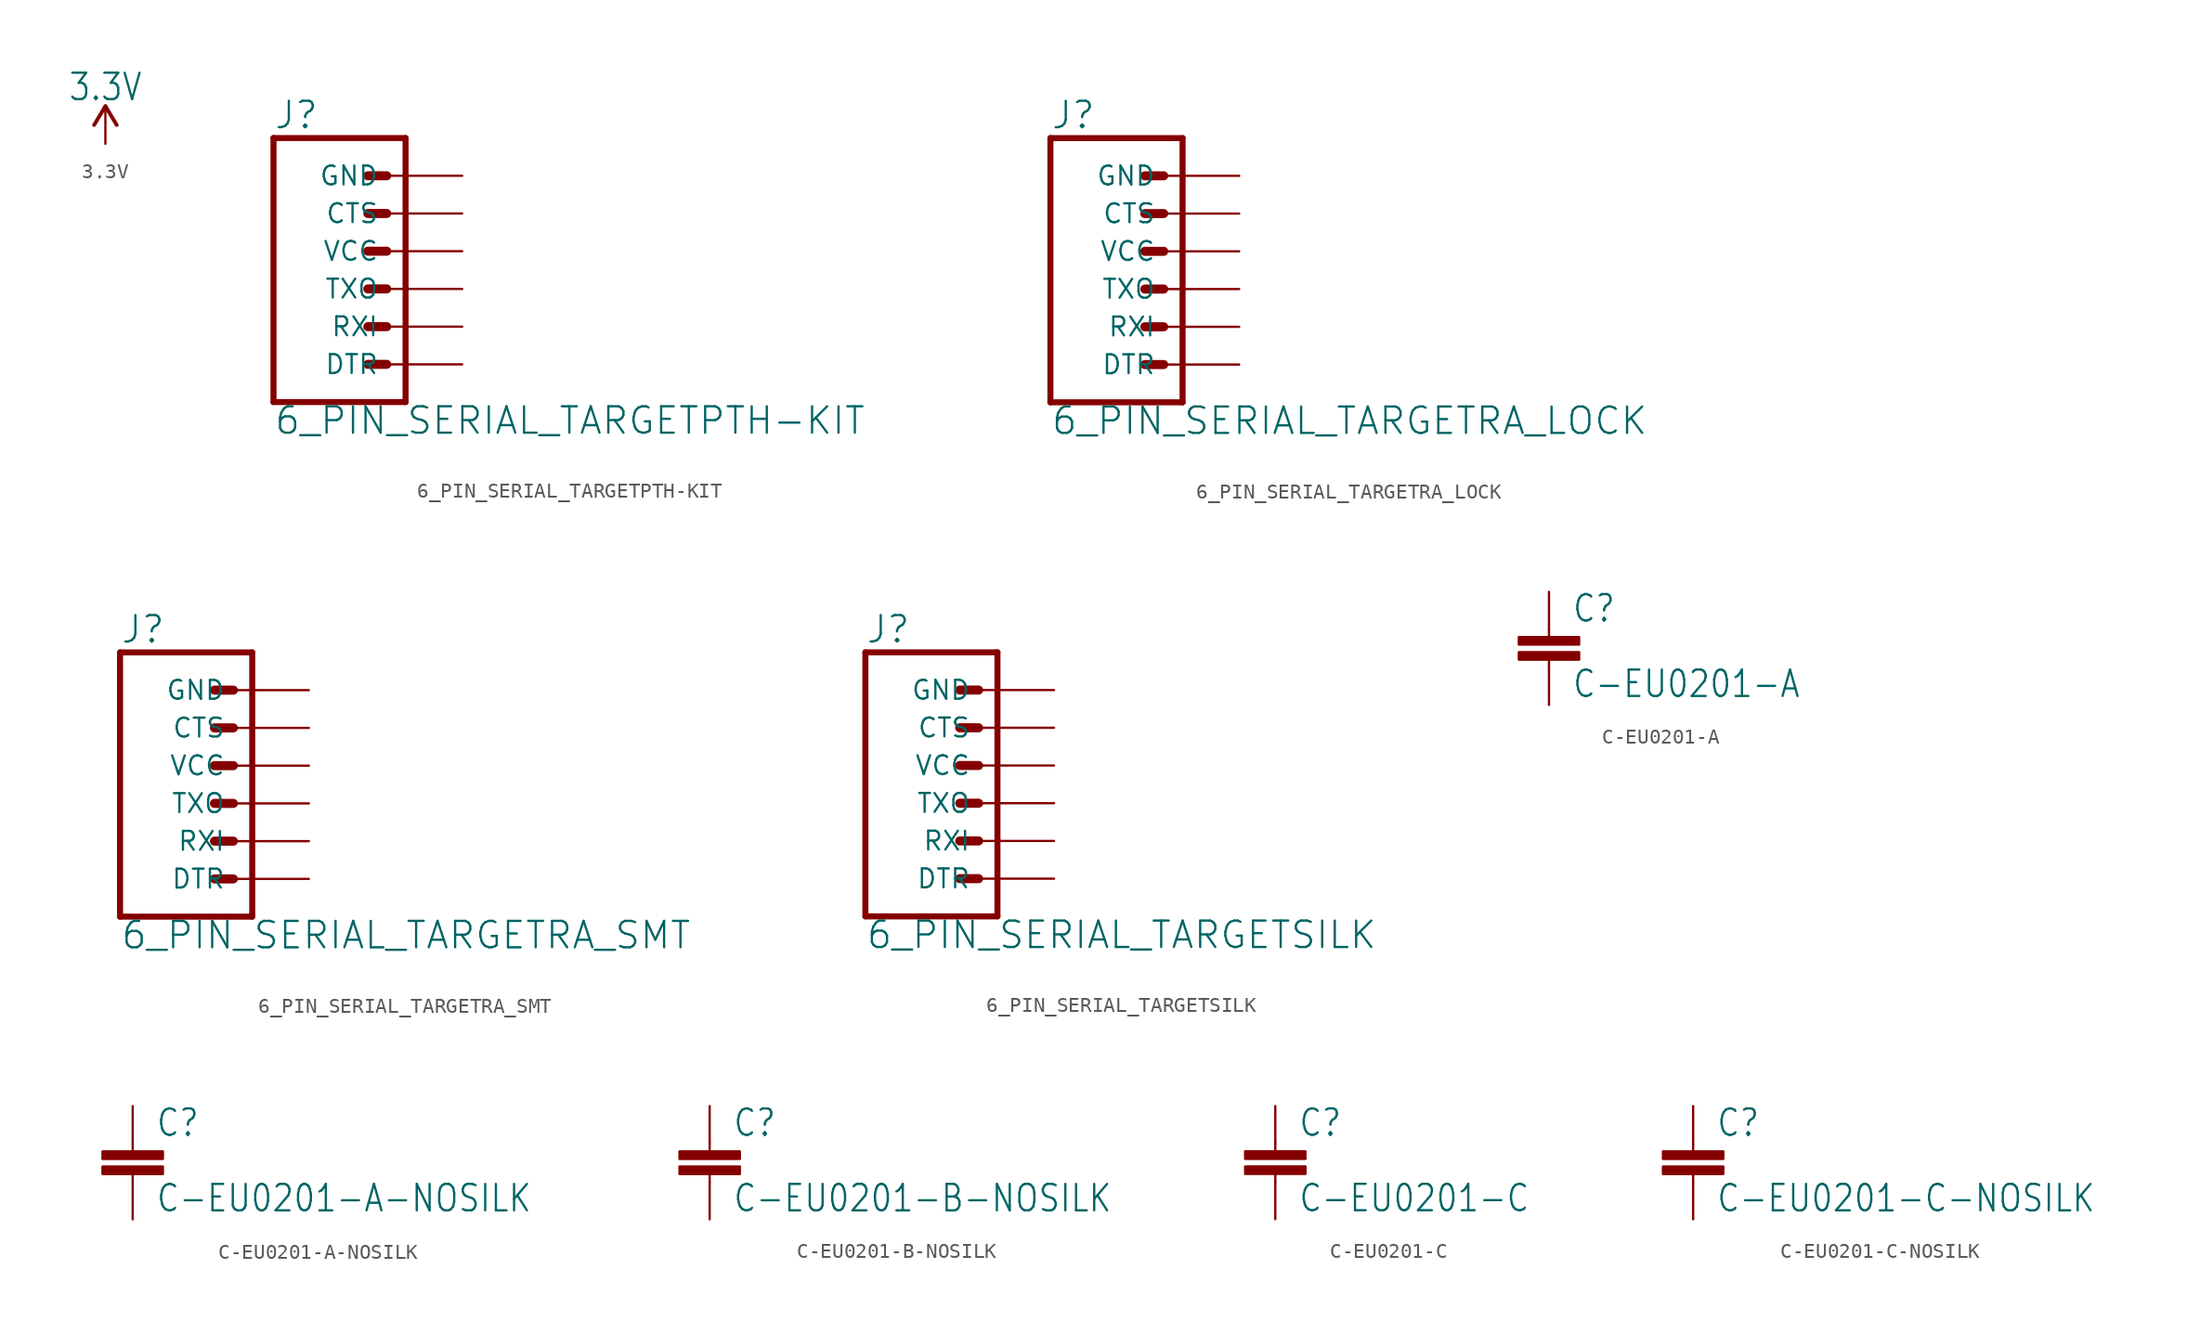
<source format=kicad_sym>
(kicad_symbol_lib
  (version 20211014)
  (generator kicad_symbol_editor)
  (symbol "3.3V"
    (power)
    (property "Reference" "#SUPPLY"
      (at 0 0 0)
      (effects (font (size 1.27 1.27)) hide))
    (property "Value" "3.3V"
      (at 0 2.794 0)
      (effects (font (size 1.778 1.511)) (justify bottom)))
    (property "ki_locked" ""
      (at 0 0 0)
      (effects (font (size 1.27 1.27))))
    (symbol "3.3V_1_0"
      (polyline (pts (xy 0 2.54) (xy -0.762 1.27)) (stroke (width 0.254) (type default)) (fill (type none)))
      (polyline (pts (xy 0.762 1.27) (xy 0 2.54)) (stroke (width 0.254) (type default)) (fill (type none)))
      (pin power_in line (at 0 0 90) (length 2.54) (name "3.3V" (effects (font (size 0 0)))) (number "1" (effects (font (size 0 0)))))))
  (symbol "6_PIN_SERIAL_TARGETPTH-KIT"
    (property "Reference" "J"
      (at -7.62 10.668 0)
      (effects (font (size 1.778 1.778)) (justify left bottom)))
    (property "Value" "6_PIN_SERIAL_TARGETPTH-KIT"
      (at -7.62 -9.906 0)
      (effects (font (size 1.778 1.778)) (justify left bottom)))
    (property "ki_locked" ""
      (at 0 0 0)
      (effects (font (size 1.27 1.27))))
    (symbol "6_PIN_SERIAL_TARGETPTH-KIT_1_0"
      (polyline (pts (xy -7.62 10.16) (xy -7.62 -7.62)) (stroke (width 0.406) (type default)) (fill (type none)))
      (polyline (pts (xy -7.62 10.16) (xy 1.27 10.16)) (stroke (width 0.406) (type default)) (fill (type none)))
      (polyline (pts (xy -1.27 -5.08) (xy 0 -5.08)) (stroke (width 0.61) (type default)) (fill (type none)))
      (polyline (pts (xy -1.27 -2.54) (xy 0 -2.54)) (stroke (width 0.61) (type default)) (fill (type none)))
      (polyline (pts (xy -1.27 0) (xy 0 0)) (stroke (width 0.61) (type default)) (fill (type none)))
      (polyline (pts (xy -1.27 2.54) (xy 0 2.54)) (stroke (width 0.61) (type default)) (fill (type none)))
      (polyline (pts (xy -1.27 5.08) (xy 0 5.08)) (stroke (width 0.61) (type default)) (fill (type none)))
      (polyline (pts (xy -1.27 7.62) (xy 0 7.62)) (stroke (width 0.61) (type default)) (fill (type none)))
      (polyline (pts (xy 1.27 -7.62) (xy -7.62 -7.62)) (stroke (width 0.406) (type default)) (fill (type none)))
      (polyline (pts (xy 1.27 -7.62) (xy 1.27 10.16)) (stroke (width 0.406) (type default)) (fill (type none)))
      (pin passive line (at 5.08 -5.08 180) (length 5.08) (name "DTR" (effects (font (size 1.27 1.27)))) (number "1" (effects (font (size 0 0)))))
      (pin passive line (at 5.08 -2.54 180) (length 5.08) (name "RXI" (effects (font (size 1.27 1.27)))) (number "2" (effects (font (size 0 0)))))
      (pin passive line (at 5.08 0 180) (length 5.08) (name "TXO" (effects (font (size 1.27 1.27)))) (number "3" (effects (font (size 0 0)))))
      (pin passive line (at 5.08 2.54 180) (length 5.08) (name "VCC" (effects (font (size 1.27 1.27)))) (number "4" (effects (font (size 0 0)))))
      (pin passive line (at 5.08 5.08 180) (length 5.08) (name "CTS" (effects (font (size 1.27 1.27)))) (number "5" (effects (font (size 0 0)))))
      (pin passive line (at 5.08 7.62 180) (length 5.08) (name "GND" (effects (font (size 1.27 1.27)))) (number "6" (effects (font (size 0 0)))))))
  (symbol "6_PIN_SERIAL_TARGETRA_LOCK"
    (property "Reference" "J"
      (at -7.62 10.668 0)
      (effects (font (size 1.778 1.778)) (justify left bottom)))
    (property "Value" "6_PIN_SERIAL_TARGETRA_LOCK"
      (at -7.62 -9.906 0)
      (effects (font (size 1.778 1.778)) (justify left bottom)))
    (property "ki_locked" ""
      (at 0 0 0)
      (effects (font (size 1.27 1.27))))
    (symbol "6_PIN_SERIAL_TARGETRA_LOCK_1_0"
      (polyline (pts (xy -7.62 10.16) (xy -7.62 -7.62)) (stroke (width 0.406) (type default)) (fill (type none)))
      (polyline (pts (xy -7.62 10.16) (xy 1.27 10.16)) (stroke (width 0.406) (type default)) (fill (type none)))
      (polyline (pts (xy -1.27 -5.08) (xy 0 -5.08)) (stroke (width 0.61) (type default)) (fill (type none)))
      (polyline (pts (xy -1.27 -2.54) (xy 0 -2.54)) (stroke (width 0.61) (type default)) (fill (type none)))
      (polyline (pts (xy -1.27 0) (xy 0 0)) (stroke (width 0.61) (type default)) (fill (type none)))
      (polyline (pts (xy -1.27 2.54) (xy 0 2.54)) (stroke (width 0.61) (type default)) (fill (type none)))
      (polyline (pts (xy -1.27 5.08) (xy 0 5.08)) (stroke (width 0.61) (type default)) (fill (type none)))
      (polyline (pts (xy -1.27 7.62) (xy 0 7.62)) (stroke (width 0.61) (type default)) (fill (type none)))
      (polyline (pts (xy 1.27 -7.62) (xy -7.62 -7.62)) (stroke (width 0.406) (type default)) (fill (type none)))
      (polyline (pts (xy 1.27 -7.62) (xy 1.27 10.16)) (stroke (width 0.406) (type default)) (fill (type none)))
      (pin passive line (at 5.08 7.62 180) (length 5.08) (name "GND" (effects (font (size 1.27 1.27)))) (number "1" (effects (font (size 0 0)))))
      (pin passive line (at 5.08 5.08 180) (length 5.08) (name "CTS" (effects (font (size 1.27 1.27)))) (number "2" (effects (font (size 0 0)))))
      (pin passive line (at 5.08 2.54 180) (length 5.08) (name "VCC" (effects (font (size 1.27 1.27)))) (number "3" (effects (font (size 0 0)))))
      (pin passive line (at 5.08 0 180) (length 5.08) (name "TXO" (effects (font (size 1.27 1.27)))) (number "4" (effects (font (size 0 0)))))
      (pin passive line (at 5.08 -2.54 180) (length 5.08) (name "RXI" (effects (font (size 1.27 1.27)))) (number "5" (effects (font (size 0 0)))))
      (pin passive line (at 5.08 -5.08 180) (length 5.08) (name "DTR" (effects (font (size 1.27 1.27)))) (number "6" (effects (font (size 0 0)))))))
  (symbol "6_PIN_SERIAL_TARGETRA_SMT"
    (property "Reference" "J"
      (at -7.62 10.668 0)
      (effects (font (size 1.778 1.778)) (justify left bottom)))
    (property "Value" "6_PIN_SERIAL_TARGETRA_SMT"
      (at -7.62 -9.906 0)
      (effects (font (size 1.778 1.778)) (justify left bottom)))
    (property "ki_locked" ""
      (at 0 0 0)
      (effects (font (size 1.27 1.27))))
    (symbol "6_PIN_SERIAL_TARGETRA_SMT_1_0"
      (polyline (pts (xy -7.62 10.16) (xy -7.62 -7.62)) (stroke (width 0.406) (type default)) (fill (type none)))
      (polyline (pts (xy -7.62 10.16) (xy 1.27 10.16)) (stroke (width 0.406) (type default)) (fill (type none)))
      (polyline (pts (xy -1.27 -5.08) (xy 0 -5.08)) (stroke (width 0.61) (type default)) (fill (type none)))
      (polyline (pts (xy -1.27 -2.54) (xy 0 -2.54)) (stroke (width 0.61) (type default)) (fill (type none)))
      (polyline (pts (xy -1.27 0) (xy 0 0)) (stroke (width 0.61) (type default)) (fill (type none)))
      (polyline (pts (xy -1.27 2.54) (xy 0 2.54)) (stroke (width 0.61) (type default)) (fill (type none)))
      (polyline (pts (xy -1.27 5.08) (xy 0 5.08)) (stroke (width 0.61) (type default)) (fill (type none)))
      (polyline (pts (xy -1.27 7.62) (xy 0 7.62)) (stroke (width 0.61) (type default)) (fill (type none)))
      (polyline (pts (xy 1.27 -7.62) (xy -7.62 -7.62)) (stroke (width 0.406) (type default)) (fill (type none)))
      (polyline (pts (xy 1.27 -7.62) (xy 1.27 10.16)) (stroke (width 0.406) (type default)) (fill (type none)))
      (pin passive line (at 5.08 -5.08 180) (length 5.08) (name "DTR" (effects (font (size 1.27 1.27)))) (number "1" (effects (font (size 0 0)))))
      (pin passive line (at 5.08 0 180) (length 5.08) (name "TXO" (effects (font (size 1.27 1.27)))) (number "2" (effects (font (size 0 0)))))
      (pin passive line (at 5.08 -2.54 180) (length 5.08) (name "RXI" (effects (font (size 1.27 1.27)))) (number "3" (effects (font (size 0 0)))))
      (pin passive line (at 5.08 2.54 180) (length 5.08) (name "VCC" (effects (font (size 1.27 1.27)))) (number "4" (effects (font (size 0 0)))))
      (pin passive line (at 5.08 5.08 180) (length 5.08) (name "CTS" (effects (font (size 1.27 1.27)))) (number "5" (effects (font (size 0 0)))))
      (pin passive line (at 5.08 7.62 180) (length 5.08) (name "GND" (effects (font (size 1.27 1.27)))) (number "6" (effects (font (size 0 0)))))))
  (symbol "6_PIN_SERIAL_TARGETSILK"
    (property "Reference" "J"
      (at -7.62 10.668 0)
      (effects (font (size 1.778 1.778)) (justify left bottom)))
    (property "Value" "6_PIN_SERIAL_TARGETSILK"
      (at -7.62 -9.906 0)
      (effects (font (size 1.778 1.778)) (justify left bottom)))
    (property "ki_locked" ""
      (at 0 0 0)
      (effects (font (size 1.27 1.27))))
    (symbol "6_PIN_SERIAL_TARGETSILK_1_0"
      (polyline (pts (xy -7.62 10.16) (xy -7.62 -7.62)) (stroke (width 0.406) (type default)) (fill (type none)))
      (polyline (pts (xy -7.62 10.16) (xy 1.27 10.16)) (stroke (width 0.406) (type default)) (fill (type none)))
      (polyline (pts (xy -1.27 -5.08) (xy 0 -5.08)) (stroke (width 0.61) (type default)) (fill (type none)))
      (polyline (pts (xy -1.27 -2.54) (xy 0 -2.54)) (stroke (width 0.61) (type default)) (fill (type none)))
      (polyline (pts (xy -1.27 0) (xy 0 0)) (stroke (width 0.61) (type default)) (fill (type none)))
      (polyline (pts (xy -1.27 2.54) (xy 0 2.54)) (stroke (width 0.61) (type default)) (fill (type none)))
      (polyline (pts (xy -1.27 5.08) (xy 0 5.08)) (stroke (width 0.61) (type default)) (fill (type none)))
      (polyline (pts (xy -1.27 7.62) (xy 0 7.62)) (stroke (width 0.61) (type default)) (fill (type none)))
      (polyline (pts (xy 1.27 -7.62) (xy -7.62 -7.62)) (stroke (width 0.406) (type default)) (fill (type none)))
      (polyline (pts (xy 1.27 -7.62) (xy 1.27 10.16)) (stroke (width 0.406) (type default)) (fill (type none)))
      (pin passive line (at 5.08 -5.08 180) (length 5.08) (name "DTR" (effects (font (size 1.27 1.27)))) (number "P$1" (effects (font (size 0 0)))))
      (pin passive line (at 5.08 0 180) (length 5.08) (name "TXO" (effects (font (size 1.27 1.27)))) (number "P$2" (effects (font (size 0 0)))))
      (pin passive line (at 5.08 -2.54 180) (length 5.08) (name "RXI" (effects (font (size 1.27 1.27)))) (number "P$3" (effects (font (size 0 0)))))
      (pin passive line (at 5.08 2.54 180) (length 5.08) (name "VCC" (effects (font (size 1.27 1.27)))) (number "P$4" (effects (font (size 0 0)))))
      (pin passive line (at 5.08 5.08 180) (length 5.08) (name "CTS" (effects (font (size 1.27 1.27)))) (number "P$5" (effects (font (size 0 0)))))
      (pin passive line (at 5.08 7.62 180) (length 5.08) (name "GND" (effects (font (size 1.27 1.27)))) (number "P$6" (effects (font (size 0 0)))))))
  (symbol "C-EU0201-A"
    (property "Reference" "C"
      (at 1.524 0.381 0)
      (effects (font (size 1.778 1.511)) (justify left bottom)))
    (property "Value" "C-EU0201-A"
      (at 1.524 -4.699 0)
      (effects (font (size 1.778 1.511)) (justify left bottom)))
    (property "ki_locked" ""
      (at 0 0 0)
      (effects (font (size 1.27 1.27))))
    (symbol "C-EU0201-A_1_0"
      (rectangle (start -2.032 -2.032) (end 2.032 -1.524) (stroke (width 0) (type default)) (fill (type outline)))
      (rectangle (start -2.032 -1.016) (end 2.032 -0.508) (stroke (width 0) (type default)) (fill (type outline)))
      (polyline (pts (xy 0 -2.54) (xy 0 -2.032)) (stroke (width 0.152) (type default)) (fill (type none)))
      (polyline (pts (xy 0 0) (xy 0 -0.508)) (stroke (width 0.152) (type default)) (fill (type none)))
      (pin passive line (at 0 2.54 270) (length 2.54) (name "1" (effects (font (size 0 0)))) (number "1" (effects (font (size 0 0)))))
      (pin passive line (at 0 -5.08 90) (length 2.54) (name "2" (effects (font (size 0 0)))) (number "2" (effects (font (size 0 0)))))))
  (symbol "C-EU0201-A-NOSILK"
    (property "Reference" "C"
      (at 1.524 0.381 0)
      (effects (font (size 1.778 1.511)) (justify left bottom)))
    (property "Value" "C-EU0201-A-NOSILK"
      (at 1.524 -4.699 0)
      (effects (font (size 1.778 1.511)) (justify left bottom)))
    (property "ki_locked" ""
      (at 0 0 0)
      (effects (font (size 1.27 1.27))))
    (symbol "C-EU0201-A-NOSILK_1_0"
      (rectangle (start -2.032 -2.032) (end 2.032 -1.524) (stroke (width 0) (type default)) (fill (type outline)))
      (rectangle (start -2.032 -1.016) (end 2.032 -0.508) (stroke (width 0) (type default)) (fill (type outline)))
      (polyline (pts (xy 0 -2.54) (xy 0 -2.032)) (stroke (width 0.152) (type default)) (fill (type none)))
      (polyline (pts (xy 0 0) (xy 0 -0.508)) (stroke (width 0.152) (type default)) (fill (type none)))
      (pin passive line (at 0 2.54 270) (length 2.54) (name "1" (effects (font (size 0 0)))) (number "1" (effects (font (size 0 0)))))
      (pin passive line (at 0 -5.08 90) (length 2.54) (name "2" (effects (font (size 0 0)))) (number "2" (effects (font (size 0 0)))))))
  (symbol "C-EU0201-B-NOSILK"
    (property "Reference" "C"
      (at 1.524 0.381 0)
      (effects (font (size 1.778 1.511)) (justify left bottom)))
    (property "Value" "C-EU0201-B-NOSILK"
      (at 1.524 -4.699 0)
      (effects (font (size 1.778 1.511)) (justify left bottom)))
    (property "ki_locked" ""
      (at 0 0 0)
      (effects (font (size 1.27 1.27))))
    (symbol "C-EU0201-B-NOSILK_1_0"
      (rectangle (start -2.032 -2.032) (end 2.032 -1.524) (stroke (width 0) (type default)) (fill (type outline)))
      (rectangle (start -2.032 -1.016) (end 2.032 -0.508) (stroke (width 0) (type default)) (fill (type outline)))
      (polyline (pts (xy 0 -2.54) (xy 0 -2.032)) (stroke (width 0.152) (type default)) (fill (type none)))
      (polyline (pts (xy 0 0) (xy 0 -0.508)) (stroke (width 0.152) (type default)) (fill (type none)))
      (pin passive line (at 0 2.54 270) (length 2.54) (name "1" (effects (font (size 0 0)))) (number "1" (effects (font (size 0 0)))))
      (pin passive line (at 0 -5.08 90) (length 2.54) (name "2" (effects (font (size 0 0)))) (number "2" (effects (font (size 0 0)))))))
  (symbol "C-EU0201-C"
    (property "Reference" "C"
      (at 1.524 0.381 0)
      (effects (font (size 1.778 1.511)) (justify left bottom)))
    (property "Value" "C-EU0201-C"
      (at 1.524 -4.699 0)
      (effects (font (size 1.778 1.511)) (justify left bottom)))
    (property "ki_locked" ""
      (at 0 0 0)
      (effects (font (size 1.27 1.27))))
    (symbol "C-EU0201-C_1_0"
      (rectangle (start -2.032 -2.032) (end 2.032 -1.524) (stroke (width 0) (type default)) (fill (type outline)))
      (rectangle (start -2.032 -1.016) (end 2.032 -0.508) (stroke (width 0) (type default)) (fill (type outline)))
      (polyline (pts (xy 0 -2.54) (xy 0 -2.032)) (stroke (width 0.152) (type default)) (fill (type none)))
      (polyline (pts (xy 0 0) (xy 0 -0.508)) (stroke (width 0.152) (type default)) (fill (type none)))
      (pin passive line (at 0 2.54 270) (length 2.54) (name "1" (effects (font (size 0 0)))) (number "1" (effects (font (size 0 0)))))
      (pin passive line (at 0 -5.08 90) (length 2.54) (name "2" (effects (font (size 0 0)))) (number "2" (effects (font (size 0 0)))))))
  (symbol "C-EU0201-C-NOSILK"
    (property "Reference" "C"
      (at 1.524 0.381 0)
      (effects (font (size 1.778 1.511)) (justify left bottom)))
    (property "Value" "C-EU0201-C-NOSILK"
      (at 1.524 -4.699 0)
      (effects (font (size 1.778 1.511)) (justify left bottom)))
    (property "ki_locked" ""
      (at 0 0 0)
      (effects (font (size 1.27 1.27))))
    (symbol "C-EU0201-C-NOSILK_1_0"
      (rectangle (start -2.032 -2.032) (end 2.032 -1.524) (stroke (width 0) (type default)) (fill (type outline)))
      (rectangle (start -2.032 -1.016) (end 2.032 -0.508) (stroke (width 0) (type default)) (fill (type outline)))
      (polyline (pts (xy 0 -2.54) (xy 0 -2.032)) (stroke (width 0.152) (type default)) (fill (type none)))
      (polyline (pts (xy 0 0) (xy 0 -0.508)) (stroke (width 0.152) (type default)) (fill (type none)))
      (pin passive line (at 0 2.54 270) (length 2.54) (name "1" (effects (font (size 0 0)))) (number "1" (effects (font (size 0 0)))))
      (pin passive line (at 0 -5.08 90) (length 2.54) (name "2" (effects (font (size 0 0)))) (number "2" (effects (font (size 0 0))))))))
</source>
